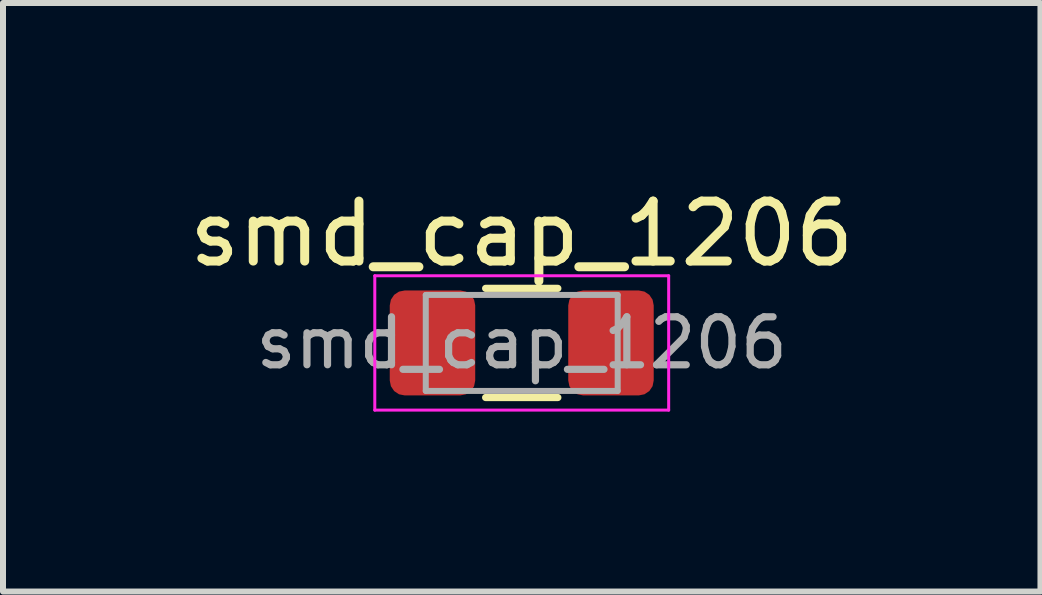
<source format=kicad_pcb>
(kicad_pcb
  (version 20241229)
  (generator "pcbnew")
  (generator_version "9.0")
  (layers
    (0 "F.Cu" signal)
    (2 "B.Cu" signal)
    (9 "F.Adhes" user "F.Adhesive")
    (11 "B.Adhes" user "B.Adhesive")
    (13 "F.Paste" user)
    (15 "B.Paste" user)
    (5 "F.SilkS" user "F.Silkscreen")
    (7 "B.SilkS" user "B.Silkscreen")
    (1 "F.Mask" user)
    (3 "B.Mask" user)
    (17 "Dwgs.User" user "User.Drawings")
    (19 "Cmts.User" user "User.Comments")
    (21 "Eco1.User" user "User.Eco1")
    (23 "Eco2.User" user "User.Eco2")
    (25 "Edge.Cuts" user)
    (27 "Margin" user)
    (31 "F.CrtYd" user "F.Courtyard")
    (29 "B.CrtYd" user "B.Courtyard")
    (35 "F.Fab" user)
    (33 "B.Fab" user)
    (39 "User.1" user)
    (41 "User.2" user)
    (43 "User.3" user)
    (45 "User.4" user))
  (footprint "smd_cap_1206"
    (layer "F.Cu")
    (at 5.649 2.668)
    (property "Reference" "smd_cap_1206" (at 0 -1.82 0) (layer "F.SilkS") (effects (font (size 1 1) (thickness 0.15))))
    (attr smd)
    (fp_line (start -0.602 -0.91) (end 0.602 -0.91) (stroke (width 0.12) (type solid)) (layer "F.SilkS"))
    (fp_line (start -0.602 0.91) (end 0.602 0.91) (stroke (width 0.12) (type solid)) (layer "F.SilkS"))
    (fp_line (start -2.45 -1.12) (end 2.45 -1.12) (stroke (width 0.05) (type solid)) (layer "F.CrtYd"))
    (fp_line (start -2.45 1.12) (end -2.45 -1.12) (stroke (width 0.05) (type solid)) (layer "F.CrtYd"))
    (fp_line (start 2.45 -1.12) (end 2.45 1.12) (stroke (width 0.05) (type solid)) (layer "F.CrtYd"))
    (fp_line (start 2.45 1.12) (end -2.45 1.12) (stroke (width 0.05) (type solid)) (layer "F.CrtYd"))
    (fp_line (start -1.6 -0.8) (end 1.6 -0.8) (stroke (width 0.1) (type solid)) (layer "F.Fab"))
    (fp_line (start -1.6 0.8) (end -1.6 -0.8) (stroke (width 0.1) (type solid)) (layer "F.Fab"))
    (fp_line (start 1.6 -0.8) (end 1.6 0.8) (stroke (width 0.1) (type solid)) (layer "F.Fab"))
    (fp_line (start 1.6 0.8) (end -1.6 0.8) (stroke (width 0.1) (type solid)) (layer "F.Fab"))
    (fp_text user "${REFERENCE}" (at 0 0 0) (layer "F.Fab") (effects (font (size 0.8 0.8) (thickness 0.12))))
    (pad "1" smd roundrect (at -1.488 0) (size 1.425 1.75) (layers "F.Cu" "F.Mask" "F.Paste") (roundrect_rratio 0.175))
    (pad "2" smd roundrect (at 1.488 0) (size 1.425 1.75) (layers "F.Cu" "F.Mask" "F.Paste") (roundrect_rratio 0.175)))
  (gr_rect
    (start -3 -3)
    (end 14.298 6.813)
    (stroke (width 0.1) (type default))
    (fill no)
    (layer "Edge.Cuts")))
</source>
